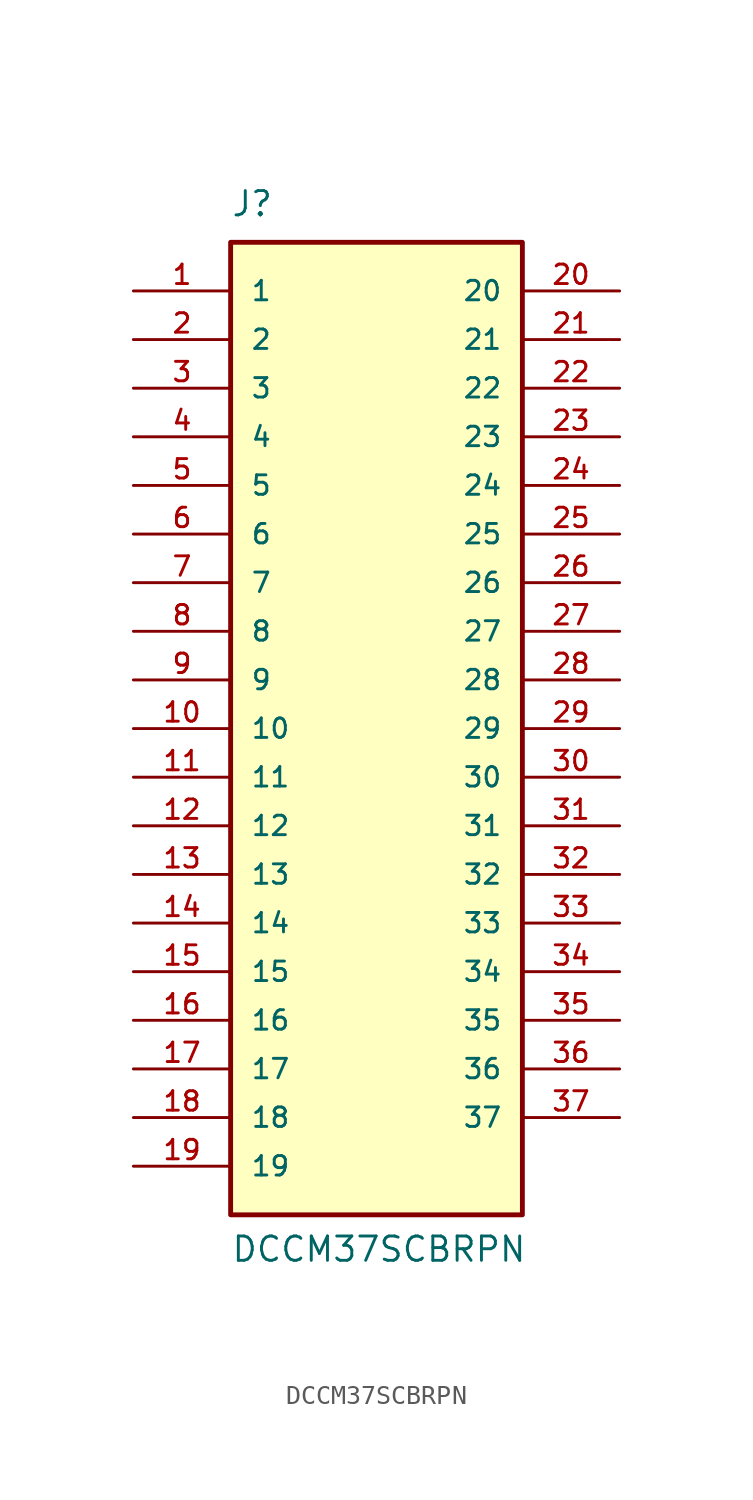
<source format=kicad_sym>
(kicad_symbol_lib
  (version 20211014)
  (generator kicad_symbol_editor)
  (symbol "DCCM37SCBRPN"
    (pin_names
      (offset 1.016))
    (property "Reference" "J"
      (at -7.62 26.67 0)
      (effects (font (size 1.27 1.27)) (justify bottom left)))
    (property "Value" "DCCM37SCBRPN"
      (at -7.62 -27.94 0)
      (effects (font (size 1.27 1.27)) (justify bottom left)))
    (symbol "DCCM37SCBRPN_0_0"
      (rectangle (start -7.62 -25.4) (end 7.62 25.4) (stroke (width 0.254)) (fill (type background)))
      (pin passive line (at -12.7 22.86 0) (length 5.08) (name "1" (effects (font (size 1.016 1.016)))) (number "1" (effects (font (size 1.016 1.016)))))
      (pin passive line (at -12.7 20.32 0) (length 5.08) (name "2" (effects (font (size 1.016 1.016)))) (number "2" (effects (font (size 1.016 1.016)))))
      (pin passive line (at -12.7 17.78 0) (length 5.08) (name "3" (effects (font (size 1.016 1.016)))) (number "3" (effects (font (size 1.016 1.016)))))
      (pin passive line (at -12.7 15.24 0) (length 5.08) (name "4" (effects (font (size 1.016 1.016)))) (number "4" (effects (font (size 1.016 1.016)))))
      (pin passive line (at -12.7 12.7 0) (length 5.08) (name "5" (effects (font (size 1.016 1.016)))) (number "5" (effects (font (size 1.016 1.016)))))
      (pin passive line (at -12.7 10.16 0) (length 5.08) (name "6" (effects (font (size 1.016 1.016)))) (number "6" (effects (font (size 1.016 1.016)))))
      (pin passive line (at -12.7 7.62 0) (length 5.08) (name "7" (effects (font (size 1.016 1.016)))) (number "7" (effects (font (size 1.016 1.016)))))
      (pin passive line (at -12.7 5.08 0) (length 5.08) (name "8" (effects (font (size 1.016 1.016)))) (number "8" (effects (font (size 1.016 1.016)))))
      (pin passive line (at -12.7 2.54 0) (length 5.08) (name "9" (effects (font (size 1.016 1.016)))) (number "9" (effects (font (size 1.016 1.016)))))
      (pin passive line (at -12.7 0.0 0) (length 5.08) (name "10" (effects (font (size 1.016 1.016)))) (number "10" (effects (font (size 1.016 1.016)))))
      (pin passive line (at -12.7 -2.54 0) (length 5.08) (name "11" (effects (font (size 1.016 1.016)))) (number "11" (effects (font (size 1.016 1.016)))))
      (pin passive line (at -12.7 -5.08 0) (length 5.08) (name "12" (effects (font (size 1.016 1.016)))) (number "12" (effects (font (size 1.016 1.016)))))
      (pin passive line (at -12.7 -7.62 0) (length 5.08) (name "13" (effects (font (size 1.016 1.016)))) (number "13" (effects (font (size 1.016 1.016)))))
      (pin passive line (at -12.7 -10.16 0) (length 5.08) (name "14" (effects (font (size 1.016 1.016)))) (number "14" (effects (font (size 1.016 1.016)))))
      (pin passive line (at -12.7 -12.7 0) (length 5.08) (name "15" (effects (font (size 1.016 1.016)))) (number "15" (effects (font (size 1.016 1.016)))))
      (pin passive line (at -12.7 -15.24 0) (length 5.08) (name "16" (effects (font (size 1.016 1.016)))) (number "16" (effects (font (size 1.016 1.016)))))
      (pin passive line (at -12.7 -17.78 0) (length 5.08) (name "17" (effects (font (size 1.016 1.016)))) (number "17" (effects (font (size 1.016 1.016)))))
      (pin passive line (at -12.7 -20.32 0) (length 5.08) (name "18" (effects (font (size 1.016 1.016)))) (number "18" (effects (font (size 1.016 1.016)))))
      (pin passive line (at -12.7 -22.86 0) (length 5.08) (name "19" (effects (font (size 1.016 1.016)))) (number "19" (effects (font (size 1.016 1.016)))))
      (pin passive line (at 12.7 22.86 180.0) (length 5.08) (name "20" (effects (font (size 1.016 1.016)))) (number "20" (effects (font (size 1.016 1.016)))))
      (pin passive line (at 12.7 20.32 180.0) (length 5.08) (name "21" (effects (font (size 1.016 1.016)))) (number "21" (effects (font (size 1.016 1.016)))))
      (pin passive line (at 12.7 17.78 180.0) (length 5.08) (name "22" (effects (font (size 1.016 1.016)))) (number "22" (effects (font (size 1.016 1.016)))))
      (pin passive line (at 12.7 15.24 180.0) (length 5.08) (name "23" (effects (font (size 1.016 1.016)))) (number "23" (effects (font (size 1.016 1.016)))))
      (pin passive line (at 12.7 12.7 180.0) (length 5.08) (name "24" (effects (font (size 1.016 1.016)))) (number "24" (effects (font (size 1.016 1.016)))))
      (pin passive line (at 12.7 10.16 180.0) (length 5.08) (name "25" (effects (font (size 1.016 1.016)))) (number "25" (effects (font (size 1.016 1.016)))))
      (pin passive line (at 12.7 7.62 180.0) (length 5.08) (name "26" (effects (font (size 1.016 1.016)))) (number "26" (effects (font (size 1.016 1.016)))))
      (pin passive line (at 12.7 5.08 180.0) (length 5.08) (name "27" (effects (font (size 1.016 1.016)))) (number "27" (effects (font (size 1.016 1.016)))))
      (pin passive line (at 12.7 2.54 180.0) (length 5.08) (name "28" (effects (font (size 1.016 1.016)))) (number "28" (effects (font (size 1.016 1.016)))))
      (pin passive line (at 12.7 0.0 180.0) (length 5.08) (name "29" (effects (font (size 1.016 1.016)))) (number "29" (effects (font (size 1.016 1.016)))))
      (pin passive line (at 12.7 -2.54 180.0) (length 5.08) (name "30" (effects (font (size 1.016 1.016)))) (number "30" (effects (font (size 1.016 1.016)))))
      (pin passive line (at 12.7 -5.08 180.0) (length 5.08) (name "31" (effects (font (size 1.016 1.016)))) (number "31" (effects (font (size 1.016 1.016)))))
      (pin passive line (at 12.7 -7.62 180.0) (length 5.08) (name "32" (effects (font (size 1.016 1.016)))) (number "32" (effects (font (size 1.016 1.016)))))
      (pin passive line (at 12.7 -10.16 180.0) (length 5.08) (name "33" (effects (font (size 1.016 1.016)))) (number "33" (effects (font (size 1.016 1.016)))))
      (pin passive line (at 12.7 -12.7 180.0) (length 5.08) (name "34" (effects (font (size 1.016 1.016)))) (number "34" (effects (font (size 1.016 1.016)))))
      (pin passive line (at 12.7 -15.24 180.0) (length 5.08) (name "35" (effects (font (size 1.016 1.016)))) (number "35" (effects (font (size 1.016 1.016)))))
      (pin passive line (at 12.7 -17.78 180.0) (length 5.08) (name "36" (effects (font (size 1.016 1.016)))) (number "36" (effects (font (size 1.016 1.016)))))
      (pin passive line (at 12.7 -20.32 180.0) (length 5.08) (name "37" (effects (font (size 1.016 1.016)))) (number "37" (effects (font (size 1.016 1.016))))))))
</source>
